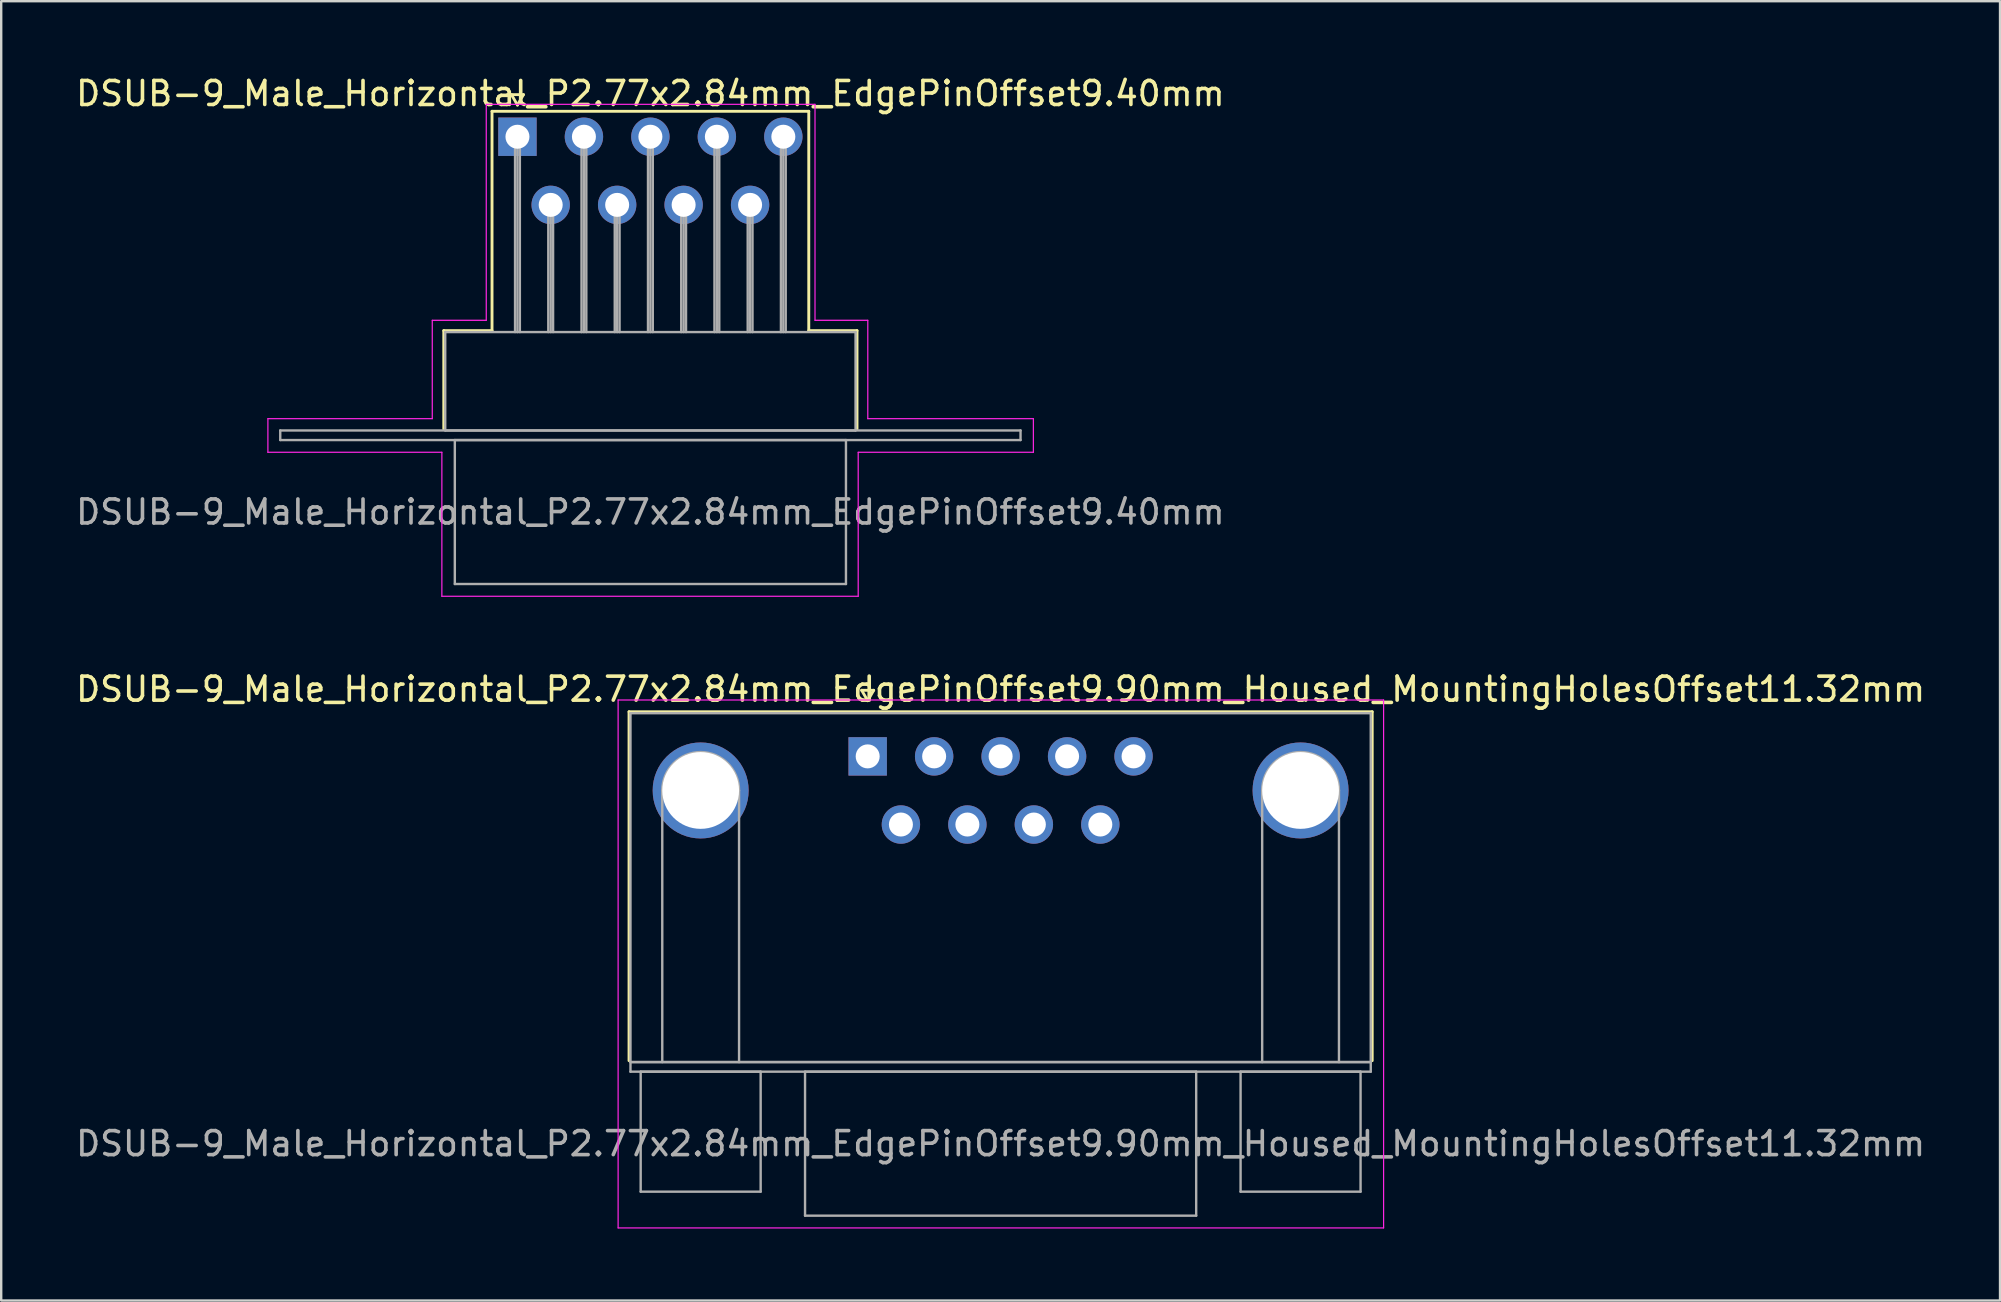
<source format=kicad_pcb>
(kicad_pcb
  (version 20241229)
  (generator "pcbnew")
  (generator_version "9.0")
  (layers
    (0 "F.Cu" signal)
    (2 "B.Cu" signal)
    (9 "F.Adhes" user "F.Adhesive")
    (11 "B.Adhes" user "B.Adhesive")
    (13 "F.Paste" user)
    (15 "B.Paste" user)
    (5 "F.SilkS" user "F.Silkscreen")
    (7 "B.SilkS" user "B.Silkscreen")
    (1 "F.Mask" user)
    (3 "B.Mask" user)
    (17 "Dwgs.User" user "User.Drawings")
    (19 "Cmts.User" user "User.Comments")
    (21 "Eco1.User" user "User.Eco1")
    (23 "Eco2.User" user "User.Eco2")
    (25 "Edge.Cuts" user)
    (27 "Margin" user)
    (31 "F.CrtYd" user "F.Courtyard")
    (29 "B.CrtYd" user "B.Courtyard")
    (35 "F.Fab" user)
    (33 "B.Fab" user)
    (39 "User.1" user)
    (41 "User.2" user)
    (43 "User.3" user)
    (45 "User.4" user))
  (footprint "DSUB-9_Male_Horizontal_P2.77x2.84mm_EdgePinOffset9.40mm"
    (layer "F.Cu")
    (at 18.514 2.648)
    (property "Reference" "DSUB-9_Male_Horizontal_P2.77x2.84mm_EdgePinOffset9.40mm" (at 5.54 -1.8 0) (layer "F.SilkS") (effects (font (size 1 1) (thickness 0.15))))
    (attr through_hole)
    (fp_line (start -3.07 8.08) (end -1.06 8.08) (stroke (width 0.12) (type solid)) (layer "F.SilkS"))
    (fp_line (start -3.07 12.18) (end -3.07 8.08) (stroke (width 0.12) (type solid)) (layer "F.SilkS"))
    (fp_line (start -1.06 -1.06) (end 12.14 -1.06) (stroke (width 0.12) (type solid)) (layer "F.SilkS"))
    (fp_line (start -1.06 8.08) (end -1.06 -1.06) (stroke (width 0.12) (type solid)) (layer "F.SilkS"))
    (fp_line (start -0.25 -1.754) (end 0.25 -1.754) (stroke (width 0.12) (type solid)) (layer "F.SilkS"))
    (fp_line (start 0 -1.321) (end -0.25 -1.754) (stroke (width 0.12) (type solid)) (layer "F.SilkS"))
    (fp_line (start 0.25 -1.754) (end 0 -1.321) (stroke (width 0.12) (type solid)) (layer "F.SilkS"))
    (fp_line (start 12.14 -1.06) (end 12.14 8.08) (stroke (width 0.12) (type solid)) (layer "F.SilkS"))
    (fp_line (start 12.14 8.08) (end 14.15 8.08) (stroke (width 0.12) (type solid)) (layer "F.SilkS"))
    (fp_line (start 14.15 8.08) (end 14.15 12.18) (stroke (width 0.12) (type solid)) (layer "F.SilkS"))
    (fp_line (start -10.4 11.75) (end -3.55 11.75) (stroke (width 0.05) (type solid)) (layer "F.CrtYd"))
    (fp_line (start -10.4 13.15) (end -10.4 11.75) (stroke (width 0.05) (type solid)) (layer "F.CrtYd"))
    (fp_line (start -3.55 7.65) (end -1.3 7.65) (stroke (width 0.05) (type solid)) (layer "F.CrtYd"))
    (fp_line (start -3.55 11.75) (end -3.55 7.65) (stroke (width 0.05) (type solid)) (layer "F.CrtYd"))
    (fp_line (start -3.15 13.15) (end -10.4 13.15) (stroke (width 0.05) (type solid)) (layer "F.CrtYd"))
    (fp_line (start -3.15 19.15) (end -3.15 13.15) (stroke (width 0.05) (type solid)) (layer "F.CrtYd"))
    (fp_line (start -1.3 -1.35) (end 12.4 -1.35) (stroke (width 0.05) (type solid)) (layer "F.CrtYd"))
    (fp_line (start -1.3 7.65) (end -1.3 -1.35) (stroke (width 0.05) (type solid)) (layer "F.CrtYd"))
    (fp_line (start 12.4 -1.35) (end 12.4 7.65) (stroke (width 0.05) (type solid)) (layer "F.CrtYd"))
    (fp_line (start 12.4 7.65) (end 14.6 7.65) (stroke (width 0.05) (type solid)) (layer "F.CrtYd"))
    (fp_line (start 14.2 13.15) (end 14.2 19.15) (stroke (width 0.05) (type solid)) (layer "F.CrtYd"))
    (fp_line (start 14.2 19.15) (end -3.15 19.15) (stroke (width 0.05) (type solid)) (layer "F.CrtYd"))
    (fp_line (start 14.6 7.65) (end 14.6 11.75) (stroke (width 0.05) (type solid)) (layer "F.CrtYd"))
    (fp_line (start 14.6 11.75) (end 21.5 11.75) (stroke (width 0.05) (type solid)) (layer "F.CrtYd"))
    (fp_line (start 21.5 11.75) (end 21.5 13.15) (stroke (width 0.05) (type solid)) (layer "F.CrtYd"))
    (fp_line (start 21.5 13.15) (end 14.2 13.15) (stroke (width 0.05) (type solid)) (layer "F.CrtYd"))
    (fp_line (start -9.885 12.24) (end -9.885 12.64) (stroke (width 0.1) (type solid)) (layer "F.Fab"))
    (fp_line (start -9.885 12.64) (end 20.965 12.64) (stroke (width 0.1) (type solid)) (layer "F.Fab"))
    (fp_line (start -3.01 8.14) (end -3.01 12.24) (stroke (width 0.1) (type solid)) (layer "F.Fab"))
    (fp_line (start -3.01 12.24) (end 14.09 12.24) (stroke (width 0.1) (type solid)) (layer "F.Fab"))
    (fp_line (start -2.61 12.64) (end -2.61 18.64) (stroke (width 0.1) (type solid)) (layer "F.Fab"))
    (fp_line (start -2.61 18.64) (end 13.69 18.64) (stroke (width 0.1) (type solid)) (layer "F.Fab"))
    (fp_line (start -0.1 0) (end -0.1 8.14) (stroke (width 0.1) (type solid)) (layer "F.Fab"))
    (fp_line (start 0 0) (end 0 8.14) (stroke (width 0.1) (type solid)) (layer "F.Fab"))
    (fp_line (start 0.1 0) (end 0.1 8.14) (stroke (width 0.1) (type solid)) (layer "F.Fab"))
    (fp_line (start 1.285 2.84) (end 1.285 8.14) (stroke (width 0.1) (type solid)) (layer "F.Fab"))
    (fp_line (start 1.385 2.84) (end 1.385 8.14) (stroke (width 0.1) (type solid)) (layer "F.Fab"))
    (fp_line (start 1.485 2.84) (end 1.485 8.14) (stroke (width 0.1) (type solid)) (layer "F.Fab"))
    (fp_line (start 2.67 0) (end 2.67 8.14) (stroke (width 0.1) (type solid)) (layer "F.Fab"))
    (fp_line (start 2.77 0) (end 2.77 8.14) (stroke (width 0.1) (type solid)) (layer "F.Fab"))
    (fp_line (start 2.87 0) (end 2.87 8.14) (stroke (width 0.1) (type solid)) (layer "F.Fab"))
    (fp_line (start 4.055 2.84) (end 4.055 8.14) (stroke (width 0.1) (type solid)) (layer "F.Fab"))
    (fp_line (start 4.155 2.84) (end 4.155 8.14) (stroke (width 0.1) (type solid)) (layer "F.Fab"))
    (fp_line (start 4.255 2.84) (end 4.255 8.14) (stroke (width 0.1) (type solid)) (layer "F.Fab"))
    (fp_line (start 5.44 0) (end 5.44 8.14) (stroke (width 0.1) (type solid)) (layer "F.Fab"))
    (fp_line (start 5.54 0) (end 5.54 8.14) (stroke (width 0.1) (type solid)) (layer "F.Fab"))
    (fp_line (start 5.64 0) (end 5.64 8.14) (stroke (width 0.1) (type solid)) (layer "F.Fab"))
    (fp_line (start 6.825 2.84) (end 6.825 8.14) (stroke (width 0.1) (type solid)) (layer "F.Fab"))
    (fp_line (start 6.925 2.84) (end 6.925 8.14) (stroke (width 0.1) (type solid)) (layer "F.Fab"))
    (fp_line (start 7.025 2.84) (end 7.025 8.14) (stroke (width 0.1) (type solid)) (layer "F.Fab"))
    (fp_line (start 8.21 0) (end 8.21 8.14) (stroke (width 0.1) (type solid)) (layer "F.Fab"))
    (fp_line (start 8.31 0) (end 8.31 8.14) (stroke (width 0.1) (type solid)) (layer "F.Fab"))
    (fp_line (start 8.41 0) (end 8.41 8.14) (stroke (width 0.1) (type solid)) (layer "F.Fab"))
    (fp_line (start 9.595 2.84) (end 9.595 8.14) (stroke (width 0.1) (type solid)) (layer "F.Fab"))
    (fp_line (start 9.695 2.84) (end 9.695 8.14) (stroke (width 0.1) (type solid)) (layer "F.Fab"))
    (fp_line (start 9.795 2.84) (end 9.795 8.14) (stroke (width 0.1) (type solid)) (layer "F.Fab"))
    (fp_line (start 10.98 0) (end 10.98 8.14) (stroke (width 0.1) (type solid)) (layer "F.Fab"))
    (fp_line (start 11.08 0) (end 11.08 8.14) (stroke (width 0.1) (type solid)) (layer "F.Fab"))
    (fp_line (start 11.18 0) (end 11.18 8.14) (stroke (width 0.1) (type solid)) (layer "F.Fab"))
    (fp_line (start 13.69 12.64) (end -2.61 12.64) (stroke (width 0.1) (type solid)) (layer "F.Fab"))
    (fp_line (start 13.69 18.64) (end 13.69 12.64) (stroke (width 0.1) (type solid)) (layer "F.Fab"))
    (fp_line (start 14.09 8.14) (end -3.01 8.14) (stroke (width 0.1) (type solid)) (layer "F.Fab"))
    (fp_line (start 14.09 12.24) (end 14.09 8.14) (stroke (width 0.1) (type solid)) (layer "F.Fab"))
    (fp_line (start 20.965 12.24) (end -9.885 12.24) (stroke (width 0.1) (type solid)) (layer "F.Fab"))
    (fp_line (start 20.965 12.64) (end 20.965 12.24) (stroke (width 0.1) (type solid)) (layer "F.Fab"))
    (fp_text user "${REFERENCE}" (at 5.54 15.64 0) (layer "F.Fab") (effects (font (size 1 1) (thickness 0.15))))
    (pad "1" thru_hole rect (at 0 0) (size 1.6 1.6) (drill 1) (layers "*.Cu" "*.Mask"))
    (pad "2" thru_hole circle (at 2.77 0) (size 1.6 1.6) (drill 1) (layers "*.Cu" "*.Mask"))
    (pad "3" thru_hole circle (at 5.54 0) (size 1.6 1.6) (drill 1) (layers "*.Cu" "*.Mask"))
    (pad "4" thru_hole circle (at 8.31 0) (size 1.6 1.6) (drill 1) (layers "*.Cu" "*.Mask"))
    (pad "5" thru_hole circle (at 11.08 0) (size 1.6 1.6) (drill 1) (layers "*.Cu" "*.Mask"))
    (pad "6" thru_hole circle (at 1.385 2.84) (size 1.6 1.6) (drill 1) (layers "*.Cu" "*.Mask"))
    (pad "7" thru_hole circle (at 4.155 2.84) (size 1.6 1.6) (drill 1) (layers "*.Cu" "*.Mask"))
    (pad "8" thru_hole circle (at 6.925 2.84) (size 1.6 1.6) (drill 1) (layers "*.Cu" "*.Mask"))
    (pad "9" thru_hole circle (at 9.695 2.84) (size 1.6 1.6) (drill 1) (layers "*.Cu" "*.Mask")))
  (footprint "DSUB-9_Male_Horizontal_P2.77x2.84mm_EdgePinOffset9.90mm_Housed_MountingHolesOffset11.32mm"
    (layer "F.Cu")
    (at 33.109 28.471)
    (property "Reference" "DSUB-9_Male_Horizontal_P2.77x2.84mm_EdgePinOffset9.90mm_Housed_MountingHolesOffset11.32mm" (at 5.54 -2.8 0) (layer "F.SilkS") (effects (font (size 1 1) (thickness 0.15))))
    (attr through_hole)
    (fp_line (start -9.945 -1.86) (end 21.025 -1.86) (stroke (width 0.12) (type solid)) (layer "F.SilkS"))
    (fp_line (start -9.945 12.68) (end -9.945 -1.86) (stroke (width 0.12) (type solid)) (layer "F.SilkS"))
    (fp_line (start -0.25 -2.754) (end 0.25 -2.754) (stroke (width 0.12) (type solid)) (layer "F.SilkS"))
    (fp_line (start 0 -2.321) (end -0.25 -2.754) (stroke (width 0.12) (type solid)) (layer "F.SilkS"))
    (fp_line (start 0.25 -2.754) (end 0 -2.321) (stroke (width 0.12) (type solid)) (layer "F.SilkS"))
    (fp_line (start 21.025 -1.86) (end 21.025 12.68) (stroke (width 0.12) (type solid)) (layer "F.SilkS"))
    (fp_line (start -10.4 -2.35) (end -10.4 19.65) (stroke (width 0.05) (type solid)) (layer "F.CrtYd"))
    (fp_line (start -10.4 19.65) (end 21.5 19.65) (stroke (width 0.05) (type solid)) (layer "F.CrtYd"))
    (fp_line (start 21.5 -2.35) (end -10.4 -2.35) (stroke (width 0.05) (type solid)) (layer "F.CrtYd"))
    (fp_line (start 21.5 19.65) (end 21.5 -2.35) (stroke (width 0.05) (type solid)) (layer "F.CrtYd"))
    (fp_line (start -9.885 -1.8) (end -9.885 12.74) (stroke (width 0.1) (type solid)) (layer "F.Fab"))
    (fp_line (start -9.885 12.74) (end -9.885 13.14) (stroke (width 0.1) (type solid)) (layer "F.Fab"))
    (fp_line (start -9.885 12.74) (end 20.965 12.74) (stroke (width 0.1) (type solid)) (layer "F.Fab"))
    (fp_line (start -9.885 13.14) (end 20.965 13.14) (stroke (width 0.1) (type solid)) (layer "F.Fab"))
    (fp_line (start -9.46 13.14) (end -9.46 18.14) (stroke (width 0.1) (type solid)) (layer "F.Fab"))
    (fp_line (start -9.46 18.14) (end -4.46 18.14) (stroke (width 0.1) (type solid)) (layer "F.Fab"))
    (fp_line (start -8.56 12.74) (end -8.56 1.42) (stroke (width 0.1) (type solid)) (layer "F.Fab"))
    (fp_line (start -5.36 12.74) (end -5.36 1.42) (stroke (width 0.1) (type solid)) (layer "F.Fab"))
    (fp_line (start -4.46 13.14) (end -9.46 13.14) (stroke (width 0.1) (type solid)) (layer "F.Fab"))
    (fp_line (start -4.46 18.14) (end -4.46 13.14) (stroke (width 0.1) (type solid)) (layer "F.Fab"))
    (fp_line (start -2.61 13.14) (end -2.61 19.14) (stroke (width 0.1) (type solid)) (layer "F.Fab"))
    (fp_line (start -2.61 19.14) (end 13.69 19.14) (stroke (width 0.1) (type solid)) (layer "F.Fab"))
    (fp_line (start 13.69 13.14) (end -2.61 13.14) (stroke (width 0.1) (type solid)) (layer "F.Fab"))
    (fp_line (start 13.69 19.14) (end 13.69 13.14) (stroke (width 0.1) (type solid)) (layer "F.Fab"))
    (fp_line (start 15.54 13.14) (end 15.54 18.14) (stroke (width 0.1) (type solid)) (layer "F.Fab"))
    (fp_line (start 15.54 18.14) (end 20.54 18.14) (stroke (width 0.1) (type solid)) (layer "F.Fab"))
    (fp_line (start 16.44 12.74) (end 16.44 1.42) (stroke (width 0.1) (type solid)) (layer "F.Fab"))
    (fp_line (start 19.64 12.74) (end 19.64 1.42) (stroke (width 0.1) (type solid)) (layer "F.Fab"))
    (fp_line (start 20.54 13.14) (end 15.54 13.14) (stroke (width 0.1) (type solid)) (layer "F.Fab"))
    (fp_line (start 20.54 18.14) (end 20.54 13.14) (stroke (width 0.1) (type solid)) (layer "F.Fab"))
    (fp_line (start 20.965 -1.8) (end -9.885 -1.8) (stroke (width 0.1) (type solid)) (layer "F.Fab"))
    (fp_line (start 20.965 12.74) (end -9.885 12.74) (stroke (width 0.1) (type solid)) (layer "F.Fab"))
    (fp_line (start 20.965 12.74) (end 20.965 -1.8) (stroke (width 0.1) (type solid)) (layer "F.Fab"))
    (fp_line (start 20.965 13.14) (end 20.965 12.74) (stroke (width 0.1) (type solid)) (layer "F.Fab"))
    (fp_arc (start -8.56 1.42) (mid -6.96 -0.18) (end -5.36 1.42) (stroke (width 0.1) (type solid)) (layer "F.Fab"))
    (fp_arc (start 16.44 1.42) (mid 18.04 -0.18) (end 19.64 1.42) (stroke (width 0.1) (type solid)) (layer "F.Fab"))
    (fp_text user "${REFERENCE}" (at 5.54 16.14 0) (layer "F.Fab") (effects (font (size 1 1) (thickness 0.15))))
    (pad "0" thru_hole circle (at -6.96 1.42) (size 4 4) (drill 3.2) (layers "*.Cu" "*.Mask"))
    (pad "0" thru_hole circle (at 18.04 1.42) (size 4 4) (drill 3.2) (layers "*.Cu" "*.Mask"))
    (pad "1" thru_hole rect (at 0 0) (size 1.6 1.6) (drill 1) (layers "*.Cu" "*.Mask"))
    (pad "2" thru_hole circle (at 2.77 0) (size 1.6 1.6) (drill 1) (layers "*.Cu" "*.Mask"))
    (pad "3" thru_hole circle (at 5.54 0) (size 1.6 1.6) (drill 1) (layers "*.Cu" "*.Mask"))
    (pad "4" thru_hole circle (at 8.31 0) (size 1.6 1.6) (drill 1) (layers "*.Cu" "*.Mask"))
    (pad "5" thru_hole circle (at 11.08 0) (size 1.6 1.6) (drill 1) (layers "*.Cu" "*.Mask"))
    (pad "6" thru_hole circle (at 1.385 2.84) (size 1.6 1.6) (drill 1) (layers "*.Cu" "*.Mask"))
    (pad "7" thru_hole circle (at 4.155 2.84) (size 1.6 1.6) (drill 1) (layers "*.Cu" "*.Mask"))
    (pad "8" thru_hole circle (at 6.925 2.84) (size 1.6 1.6) (drill 1) (layers "*.Cu" "*.Mask"))
    (pad "9" thru_hole circle (at 9.695 2.84) (size 1.6 1.6) (drill 1) (layers "*.Cu" "*.Mask")))
  (gr_rect
    (start -3 -3)
    (end 80.298 51.147)
    (stroke (width 0.1) (type default))
    (fill no)
    (layer "Edge.Cuts")))
</source>
